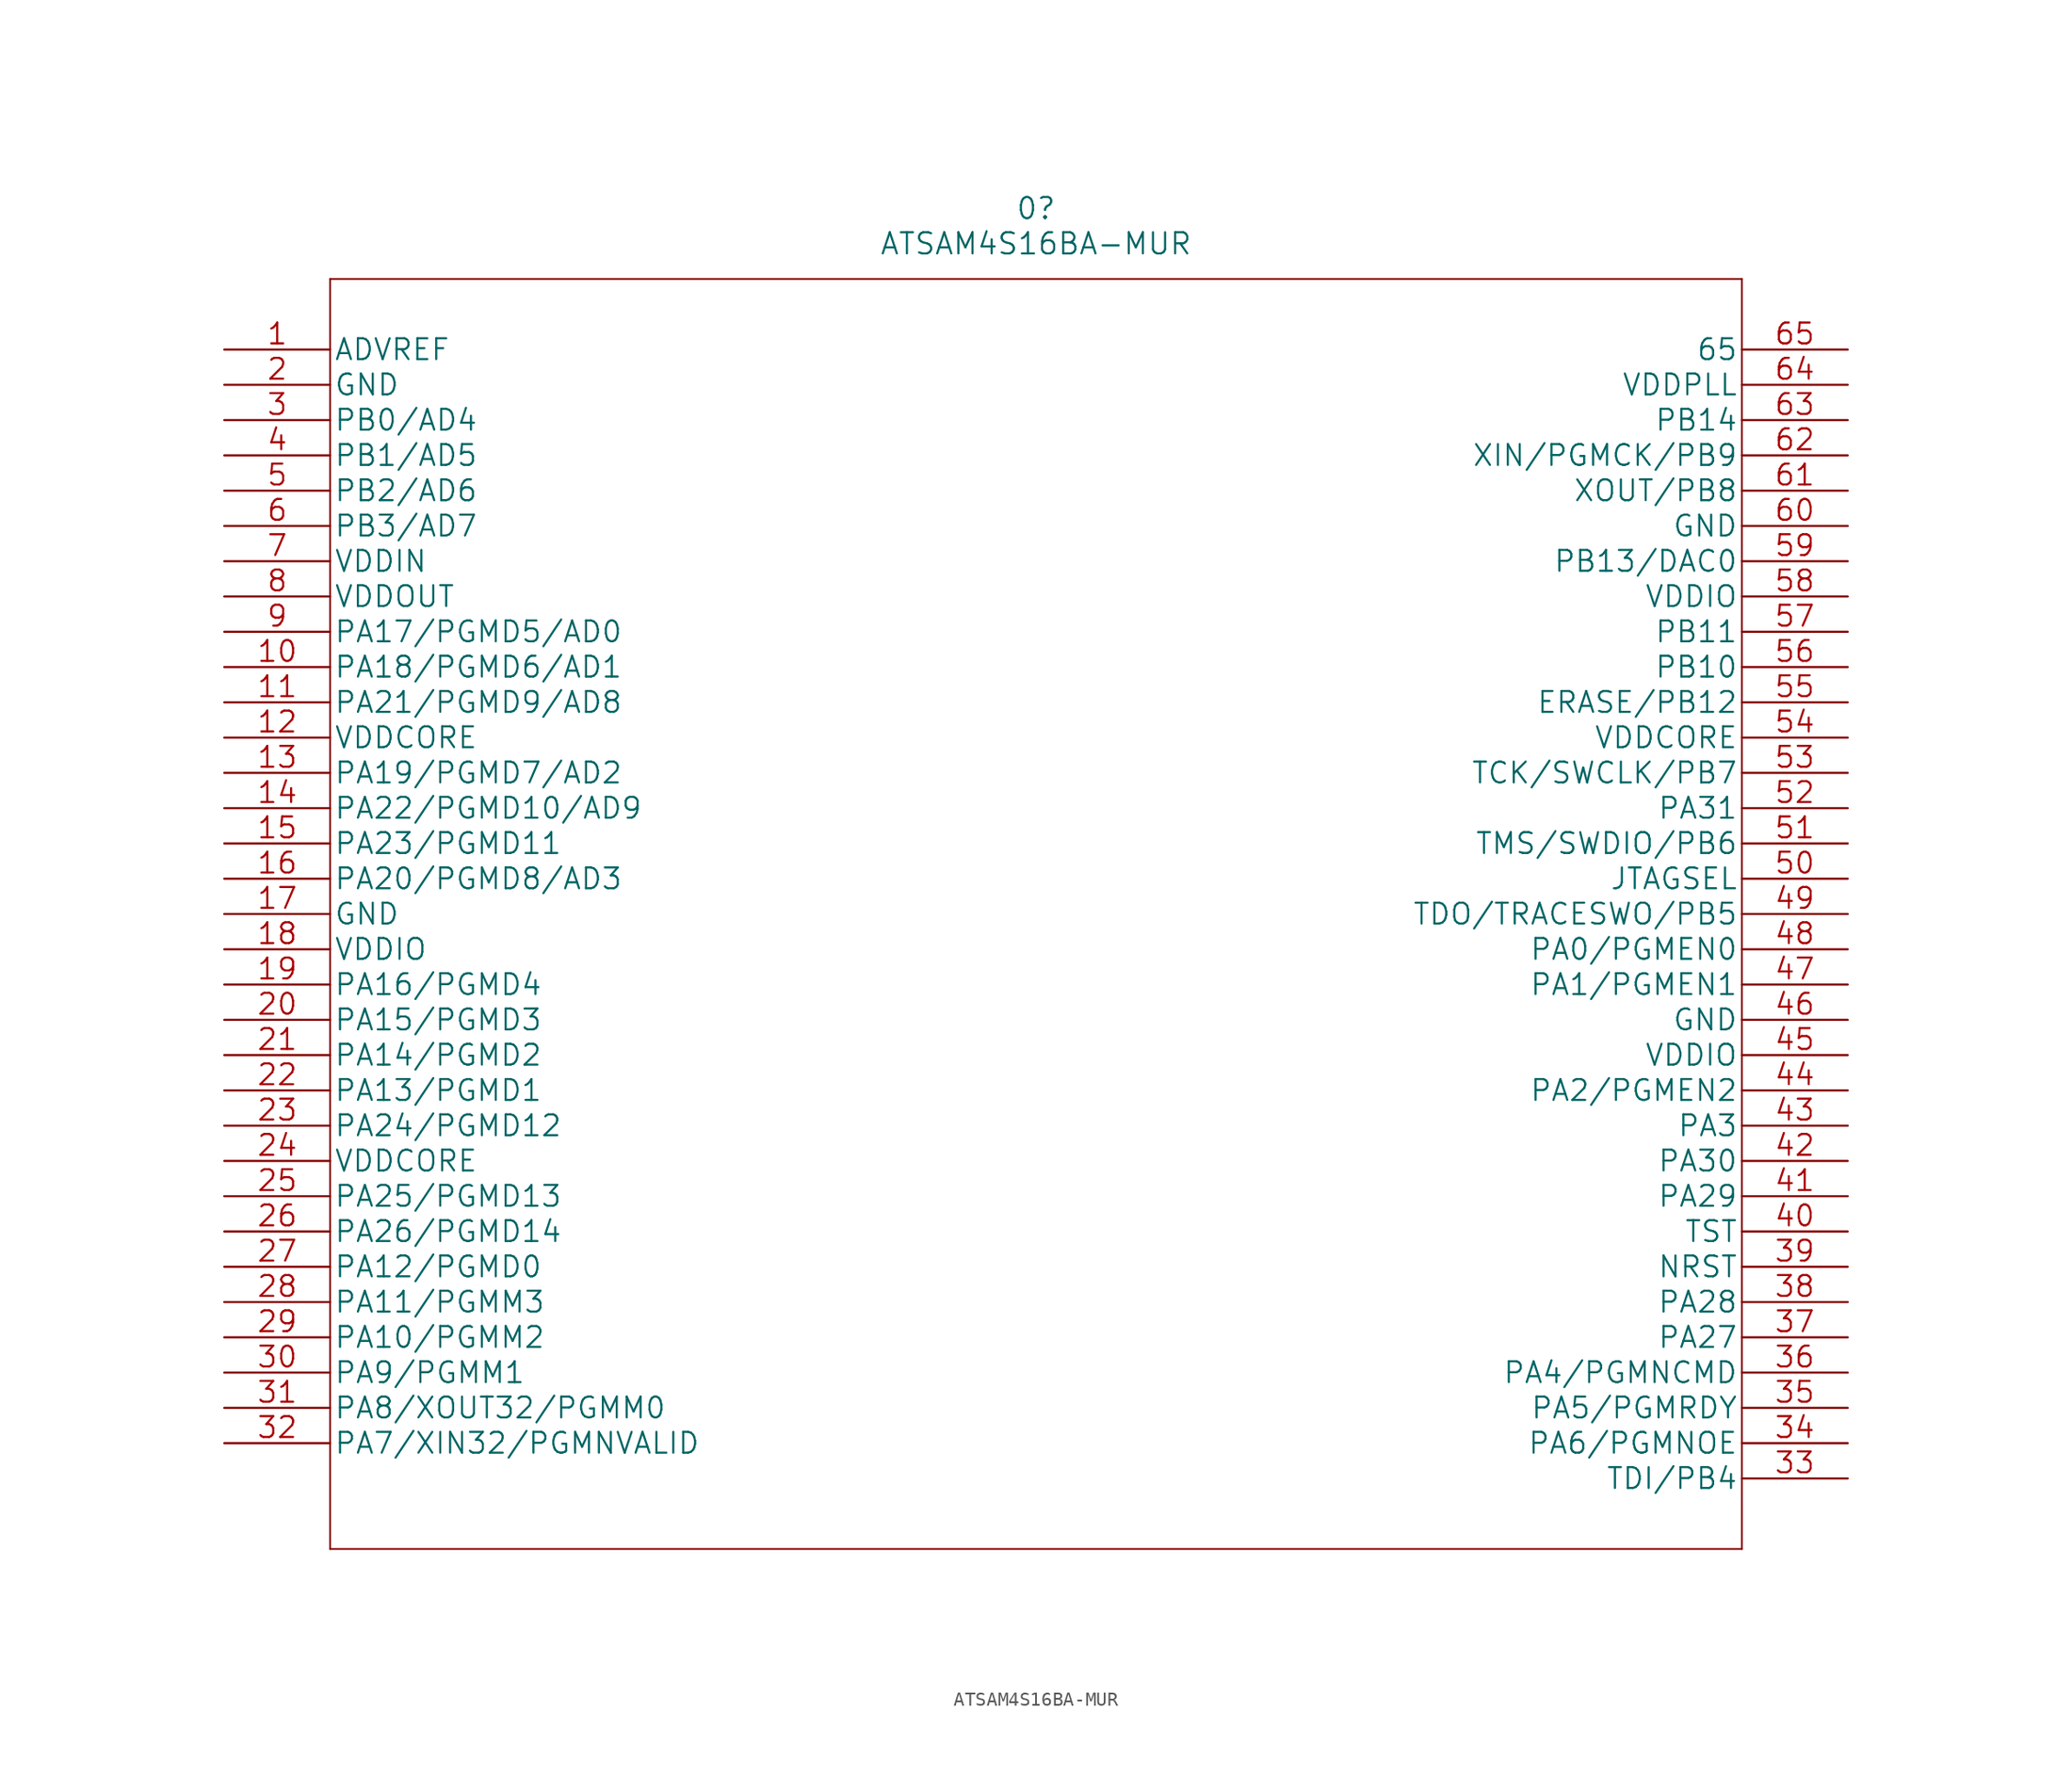
<source format=kicad_sym>
(kicad_symbol_lib
  (version 20211014)
  (generator kicad_symbol_editor)
  (symbol "ATSAM4S16BA-MUR"
    (pin_names
      (offset 0.254))
    (property "Reference" "0"
      (at 58.42 10.16 0)
      (effects (font (size 1.524 1.524))))
    (property "Value" "ATSAM4S16BA-MUR"
      (at 58.42 7.62 0)
      (effects (font (size 1.524 1.524))))
    (property "Datasheet" ""
      (at 0 0 0)
      (effects (font (size 1.524 1.524))))
    (property "ki_locked" ""
      (at 0 0 0)
      (effects (font (size 1.27 1.27))))
    (symbol "ATSAM4S16BA-MUR_1_1"
      (polyline (pts (xy 7.62 -86.36) (xy 109.22 -86.36)) (stroke (width 0.127) (type default) (color 0 0 0 0)) (fill (type none)))
      (polyline (pts (xy 7.62 5.08) (xy 7.62 -86.36)) (stroke (width 0.127) (type default) (color 0 0 0 0)) (fill (type none)))
      (polyline (pts (xy 109.22 -86.36) (xy 109.22 5.08)) (stroke (width 0.127) (type default) (color 0 0 0 0)) (fill (type none)))
      (polyline (pts (xy 109.22 5.08) (xy 7.62 5.08)) (stroke (width 0.127) (type default) (color 0 0 0 0)) (fill (type none)))
      (pin unspecified line (at 0 0 0) (length 7.62) (name "ADVREF" (effects (font (size 1.499 1.499)))) (number "1" (effects (font (size 1.499 1.499)))))
      (pin unspecified line (at 0 -22.86 0) (length 7.62) (name "PA18/PGMD6/AD1" (effects (font (size 1.499 1.499)))) (number "10" (effects (font (size 1.499 1.499)))))
      (pin unspecified line (at 0 -25.4 0) (length 7.62) (name "PA21/PGMD9/AD8" (effects (font (size 1.499 1.499)))) (number "11" (effects (font (size 1.499 1.499)))))
      (pin power_in line (at 0 -27.94 0) (length 7.62) (name "VDDCORE" (effects (font (size 1.499 1.499)))) (number "12" (effects (font (size 1.499 1.499)))))
      (pin unspecified line (at 0 -30.48 0) (length 7.62) (name "PA19/PGMD7/AD2" (effects (font (size 1.499 1.499)))) (number "13" (effects (font (size 1.499 1.499)))))
      (pin unspecified line (at 0 -33.02 0) (length 7.62) (name "PA22/PGMD10/AD9" (effects (font (size 1.499 1.499)))) (number "14" (effects (font (size 1.499 1.499)))))
      (pin bidirectional line (at 0 -35.56 0) (length 7.62) (name "PA23/PGMD11" (effects (font (size 1.499 1.499)))) (number "15" (effects (font (size 1.499 1.499)))))
      (pin unspecified line (at 0 -38.1 0) (length 7.62) (name "PA20/PGMD8/AD3" (effects (font (size 1.499 1.499)))) (number "16" (effects (font (size 1.499 1.499)))))
      (pin power_in line (at 0 -40.64 0) (length 7.62) (name "GND" (effects (font (size 1.499 1.499)))) (number "17" (effects (font (size 1.499 1.499)))))
      (pin power_in line (at 0 -43.18 0) (length 7.62) (name "VDDIO" (effects (font (size 1.499 1.499)))) (number "18" (effects (font (size 1.499 1.499)))))
      (pin bidirectional line (at 0 -45.72 0) (length 7.62) (name "PA16/PGMD4" (effects (font (size 1.499 1.499)))) (number "19" (effects (font (size 1.499 1.499)))))
      (pin power_in line (at 0 -2.54 0) (length 7.62) (name "GND" (effects (font (size 1.499 1.499)))) (number "2" (effects (font (size 1.499 1.499)))))
      (pin bidirectional line (at 0 -48.26 0) (length 7.62) (name "PA15/PGMD3" (effects (font (size 1.499 1.499)))) (number "20" (effects (font (size 1.499 1.499)))))
      (pin bidirectional line (at 0 -50.8 0) (length 7.62) (name "PA14/PGMD2" (effects (font (size 1.499 1.499)))) (number "21" (effects (font (size 1.499 1.499)))))
      (pin bidirectional line (at 0 -53.34 0) (length 7.62) (name "PA13/PGMD1" (effects (font (size 1.499 1.499)))) (number "22" (effects (font (size 1.499 1.499)))))
      (pin bidirectional line (at 0 -55.88 0) (length 7.62) (name "PA24/PGMD12" (effects (font (size 1.499 1.499)))) (number "23" (effects (font (size 1.499 1.499)))))
      (pin power_in line (at 0 -58.42 0) (length 7.62) (name "VDDCORE" (effects (font (size 1.499 1.499)))) (number "24" (effects (font (size 1.499 1.499)))))
      (pin bidirectional line (at 0 -60.96 0) (length 7.62) (name "PA25/PGMD13" (effects (font (size 1.499 1.499)))) (number "25" (effects (font (size 1.499 1.499)))))
      (pin bidirectional line (at 0 -63.5 0) (length 7.62) (name "PA26/PGMD14" (effects (font (size 1.499 1.499)))) (number "26" (effects (font (size 1.499 1.499)))))
      (pin bidirectional line (at 0 -66.04 0) (length 7.62) (name "PA12/PGMD0" (effects (font (size 1.499 1.499)))) (number "27" (effects (font (size 1.499 1.499)))))
      (pin input line (at 0 -68.58 0) (length 7.62) (name "PA11/PGMM3" (effects (font (size 1.499 1.499)))) (number "28" (effects (font (size 1.499 1.499)))))
      (pin input line (at 0 -71.12 0) (length 7.62) (name "PA10/PGMM2" (effects (font (size 1.499 1.499)))) (number "29" (effects (font (size 1.499 1.499)))))
      (pin unspecified line (at 0 -5.08 0) (length 7.62) (name "PB0/AD4" (effects (font (size 1.499 1.499)))) (number "3" (effects (font (size 1.499 1.499)))))
      (pin input line (at 0 -73.66 0) (length 7.62) (name "PA9/PGMM1" (effects (font (size 1.499 1.499)))) (number "30" (effects (font (size 1.499 1.499)))))
      (pin unspecified line (at 0 -76.2 0) (length 7.62) (name "PA8/XOUT32/PGMM0" (effects (font (size 1.499 1.499)))) (number "31" (effects (font (size 1.499 1.499)))))
      (pin unspecified line (at 0 -78.74 0) (length 7.62) (name "PA7/XIN32/PGMNVALID" (effects (font (size 1.499 1.499)))) (number "32" (effects (font (size 1.499 1.499)))))
      (pin input line (at 116.84 -81.28 180) (length 7.62) (name "TDI/PB4" (effects (font (size 1.499 1.499)))) (number "33" (effects (font (size 1.499 1.499)))))
      (pin input line (at 116.84 -78.74 180) (length 7.62) (name "PA6/PGMNOE" (effects (font (size 1.499 1.499)))) (number "34" (effects (font (size 1.499 1.499)))))
      (pin output line (at 116.84 -76.2 180) (length 7.62) (name "PA5/PGMRDY" (effects (font (size 1.499 1.499)))) (number "35" (effects (font (size 1.499 1.499)))))
      (pin input line (at 116.84 -73.66 180) (length 7.62) (name "PA4/PGMNCMD" (effects (font (size 1.499 1.499)))) (number "36" (effects (font (size 1.499 1.499)))))
      (pin bidirectional line (at 116.84 -71.12 180) (length 7.62) (name "PA27" (effects (font (size 1.499 1.499)))) (number "37" (effects (font (size 1.499 1.499)))))
      (pin bidirectional line (at 116.84 -68.58 180) (length 7.62) (name "PA28" (effects (font (size 1.499 1.499)))) (number "38" (effects (font (size 1.499 1.499)))))
      (pin bidirectional line (at 116.84 -66.04 180) (length 7.62) (name "NRST" (effects (font (size 1.499 1.499)))) (number "39" (effects (font (size 1.499 1.499)))))
      (pin unspecified line (at 0 -7.62 0) (length 7.62) (name "PB1/AD5" (effects (font (size 1.499 1.499)))) (number "4" (effects (font (size 1.499 1.499)))))
      (pin input line (at 116.84 -63.5 180) (length 7.62) (name "TST" (effects (font (size 1.499 1.499)))) (number "40" (effects (font (size 1.499 1.499)))))
      (pin bidirectional line (at 116.84 -60.96 180) (length 7.62) (name "PA29" (effects (font (size 1.499 1.499)))) (number "41" (effects (font (size 1.499 1.499)))))
      (pin bidirectional line (at 116.84 -58.42 180) (length 7.62) (name "PA30" (effects (font (size 1.499 1.499)))) (number "42" (effects (font (size 1.499 1.499)))))
      (pin bidirectional line (at 116.84 -55.88 180) (length 7.62) (name "PA3" (effects (font (size 1.499 1.499)))) (number "43" (effects (font (size 1.499 1.499)))))
      (pin input line (at 116.84 -53.34 180) (length 7.62) (name "PA2/PGMEN2" (effects (font (size 1.499 1.499)))) (number "44" (effects (font (size 1.499 1.499)))))
      (pin power_in line (at 116.84 -50.8 180) (length 7.62) (name "VDDIO" (effects (font (size 1.499 1.499)))) (number "45" (effects (font (size 1.499 1.499)))))
      (pin power_in line (at 116.84 -48.26 180) (length 7.62) (name "GND" (effects (font (size 1.499 1.499)))) (number "46" (effects (font (size 1.499 1.499)))))
      (pin input line (at 116.84 -45.72 180) (length 7.62) (name "PA1/PGMEN1" (effects (font (size 1.499 1.499)))) (number "47" (effects (font (size 1.499 1.499)))))
      (pin input line (at 116.84 -43.18 180) (length 7.62) (name "PA0/PGMEN0" (effects (font (size 1.499 1.499)))) (number "48" (effects (font (size 1.499 1.499)))))
      (pin output line (at 116.84 -40.64 180) (length 7.62) (name "TDO/TRACESWO/PB5" (effects (font (size 1.499 1.499)))) (number "49" (effects (font (size 1.499 1.499)))))
      (pin unspecified line (at 0 -10.16 0) (length 7.62) (name "PB2/AD6" (effects (font (size 1.499 1.499)))) (number "5" (effects (font (size 1.499 1.499)))))
      (pin input line (at 116.84 -38.1 180) (length 7.62) (name "JTAGSEL" (effects (font (size 1.499 1.499)))) (number "50" (effects (font (size 1.499 1.499)))))
      (pin input line (at 116.84 -35.56 180) (length 7.62) (name "TMS/SWDIO/PB6" (effects (font (size 1.499 1.499)))) (number "51" (effects (font (size 1.499 1.499)))))
      (pin bidirectional line (at 116.84 -33.02 180) (length 7.62) (name "PA31" (effects (font (size 1.499 1.499)))) (number "52" (effects (font (size 1.499 1.499)))))
      (pin input line (at 116.84 -30.48 180) (length 7.62) (name "TCK/SWCLK/PB7" (effects (font (size 1.499 1.499)))) (number "53" (effects (font (size 1.499 1.499)))))
      (pin power_in line (at 116.84 -27.94 180) (length 7.62) (name "VDDCORE" (effects (font (size 1.499 1.499)))) (number "54" (effects (font (size 1.499 1.499)))))
      (pin input line (at 116.84 -25.4 180) (length 7.62) (name "ERASE/PB12" (effects (font (size 1.499 1.499)))) (number "55" (effects (font (size 1.499 1.499)))))
      (pin bidirectional line (at 116.84 -22.86 180) (length 7.62) (name "PB10" (effects (font (size 1.499 1.499)))) (number "56" (effects (font (size 1.499 1.499)))))
      (pin bidirectional line (at 116.84 -20.32 180) (length 7.62) (name "PB11" (effects (font (size 1.499 1.499)))) (number "57" (effects (font (size 1.499 1.499)))))
      (pin power_in line (at 116.84 -17.78 180) (length 7.62) (name "VDDIO" (effects (font (size 1.499 1.499)))) (number "58" (effects (font (size 1.499 1.499)))))
      (pin unspecified line (at 116.84 -15.24 180) (length 7.62) (name "PB13/DAC0" (effects (font (size 1.499 1.499)))) (number "59" (effects (font (size 1.499 1.499)))))
      (pin unspecified line (at 0 -12.7 0) (length 7.62) (name "PB3/AD7" (effects (font (size 1.499 1.499)))) (number "6" (effects (font (size 1.499 1.499)))))
      (pin power_in line (at 116.84 -12.7 180) (length 7.62) (name "GND" (effects (font (size 1.499 1.499)))) (number "60" (effects (font (size 1.499 1.499)))))
      (pin output line (at 116.84 -10.16 180) (length 7.62) (name "XOUT/PB8" (effects (font (size 1.499 1.499)))) (number "61" (effects (font (size 1.499 1.499)))))
      (pin input line (at 116.84 -7.62 180) (length 7.62) (name "XIN/PGMCK/PB9" (effects (font (size 1.499 1.499)))) (number "62" (effects (font (size 1.499 1.499)))))
      (pin bidirectional line (at 116.84 -5.08 180) (length 7.62) (name "PB14" (effects (font (size 1.499 1.499)))) (number "63" (effects (font (size 1.499 1.499)))))
      (pin power_in line (at 116.84 -2.54 180) (length 7.62) (name "VDDPLL" (effects (font (size 1.499 1.499)))) (number "64" (effects (font (size 1.499 1.499)))))
      (pin unspecified line (at 116.84 0 180) (length 7.62) (name "65" (effects (font (size 1.499 1.499)))) (number "65" (effects (font (size 1.499 1.499)))))
      (pin power_in line (at 0 -15.24 0) (length 7.62) (name "VDDIN" (effects (font (size 1.499 1.499)))) (number "7" (effects (font (size 1.499 1.499)))))
      (pin power_in line (at 0 -17.78 0) (length 7.62) (name "VDDOUT" (effects (font (size 1.499 1.499)))) (number "8" (effects (font (size 1.499 1.499)))))
      (pin unspecified line (at 0 -20.32 0) (length 7.62) (name "PA17/PGMD5/AD0" (effects (font (size 1.499 1.499)))) (number "9" (effects (font (size 1.499 1.499))))))))
</source>
